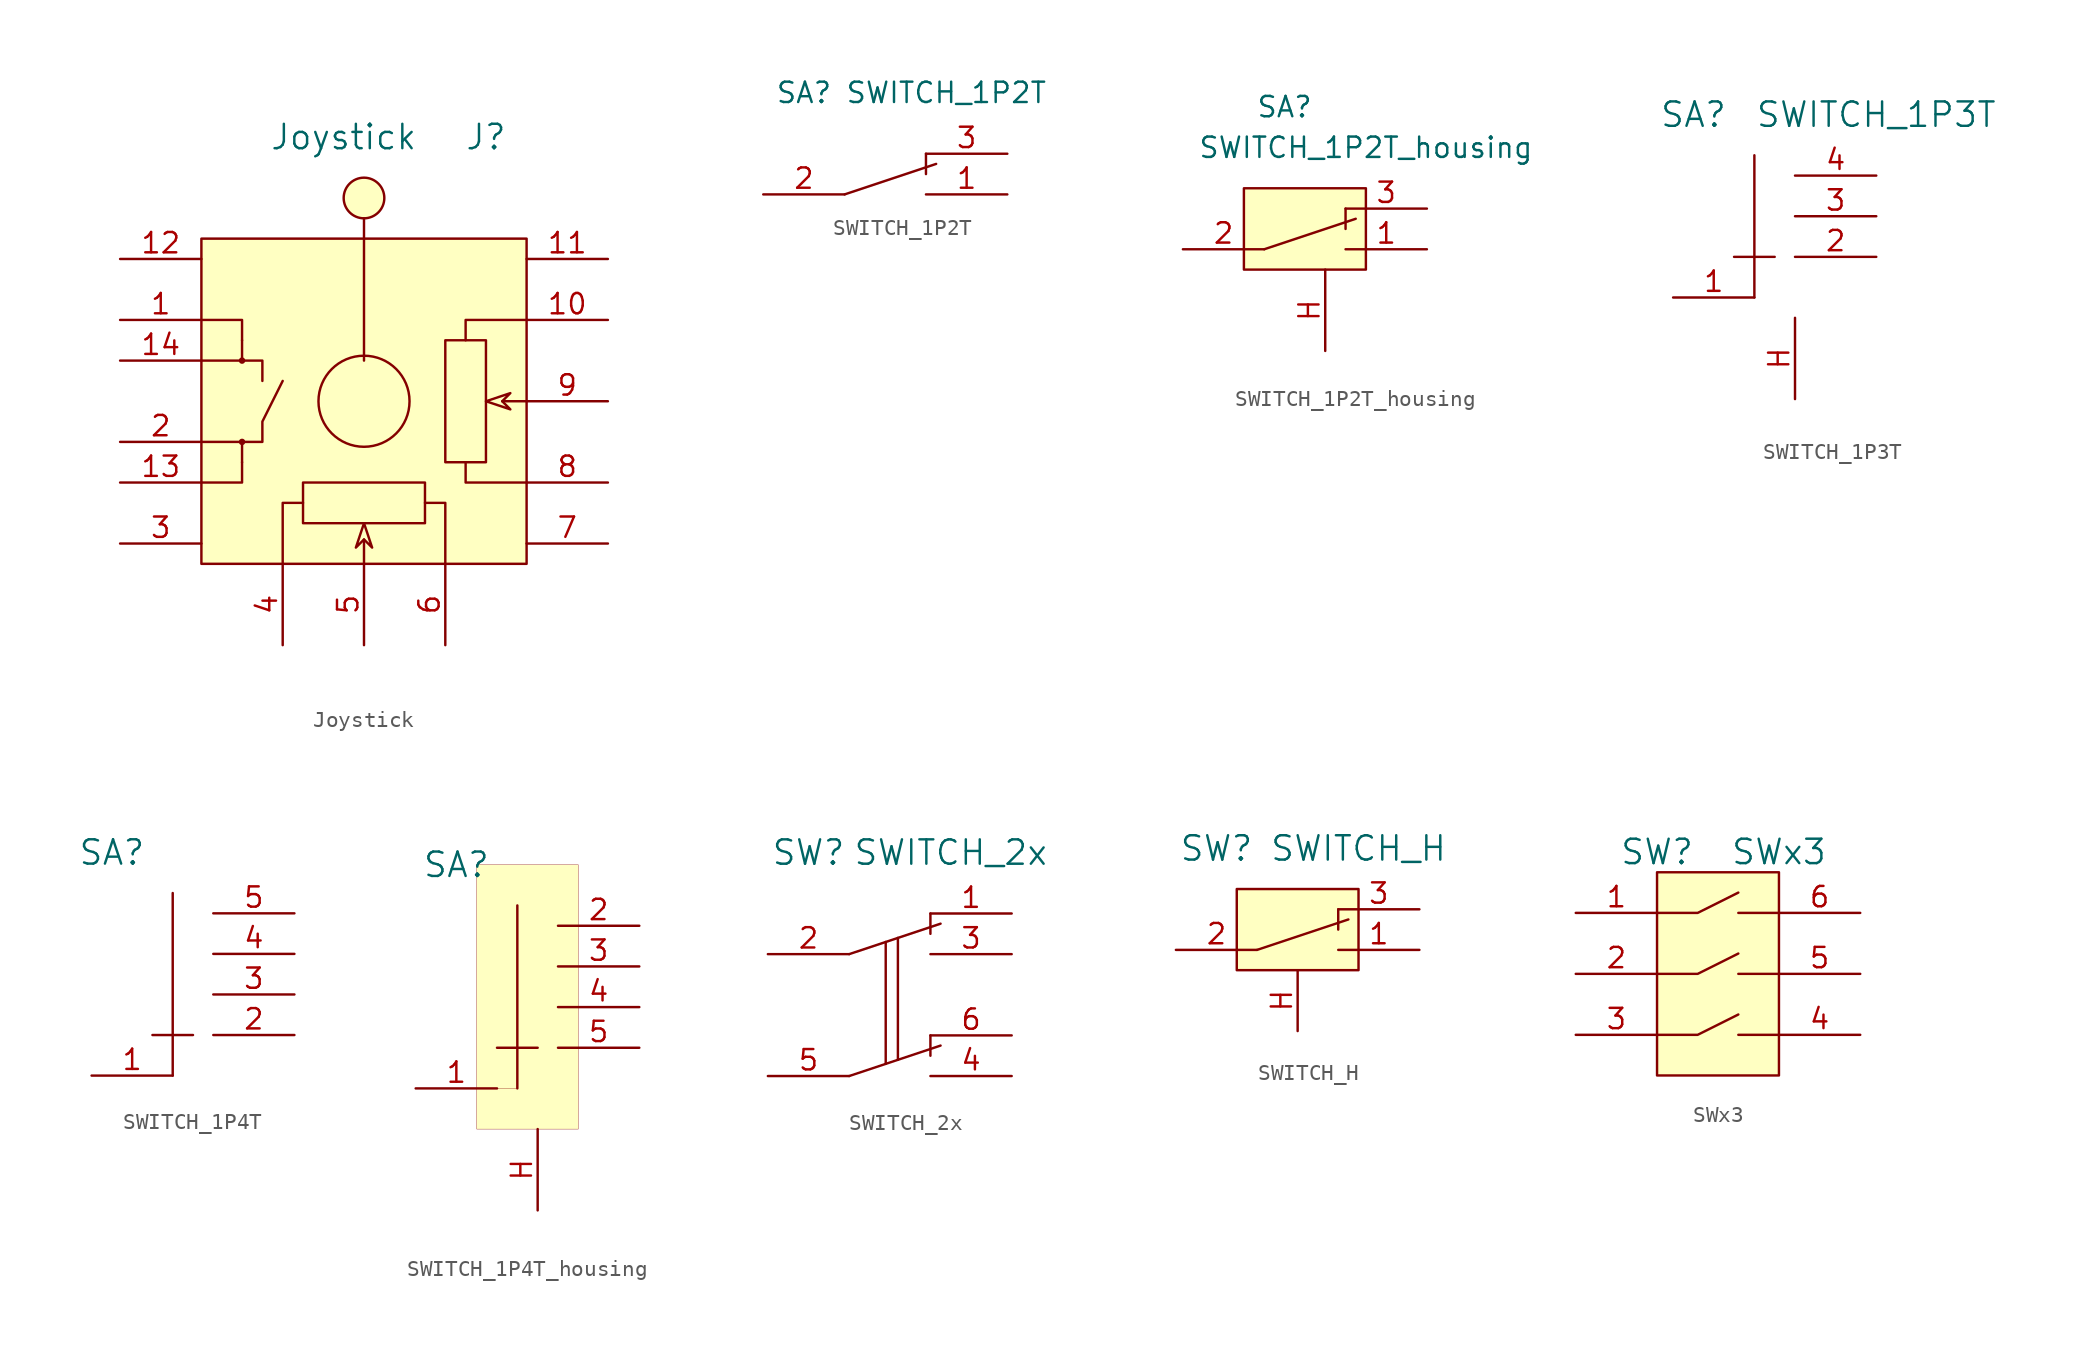
<source format=kicad_sym>
(kicad_symbol_lib
  (version 20200908)
  (generator kicad_symbol_editor)
  (symbol "BtnsSwitches:Joystick"
    (pin_names
      (offset 1.016))
    (property "Reference" "J"
      (at 7.62 16.51 0)
      (effects (font (size 1.524 1.524))))
    (property "Value" "Joystick"
      (at -1.27 16.51 0)
      (effects (font (size 1.524 1.524))))
    (symbol "Joystick_0_1"
      (circle (center -7.62 -2.54) (radius 0.127) (stroke (width 0)) (fill (type none)))
      (circle (center -7.62 2.54) (radius 0.127) (stroke (width 0)) (fill (type none)))
      (circle (center 0 0) (radius 2.845) (stroke (width 0)) (fill (type none)))
      (circle (center 0 12.7) (radius 1.27) (stroke (width 0)) (fill (type background)))
      (rectangle (start 3.81 -5.08) (end -3.81 -7.62) (stroke (width 0)) (fill (type none)))
      (rectangle (start 5.08 3.81) (end 7.62 -3.81) (stroke (width 0)) (fill (type none)))
      (rectangle (start 10.16 10.16) (end -10.16 -10.16) (stroke (width 0)) (fill (type background)))
      (polyline (pts (xy -7.62 -2.54) (xy -10.16 -2.54)) (stroke (width 0)) (fill (type none)))
      (polyline (pts (xy -7.62 2.54) (xy -10.16 2.54)) (stroke (width 0)) (fill (type none)))
      (polyline (pts (xy 0 -8.636) (xy 0 -10.16)) (stroke (width 0)) (fill (type none)))
      (polyline (pts (xy 0 10.16) (xy 0 2.54)) (stroke (width 0)) (fill (type none)))
      (polyline (pts (xy 0 10.16) (xy 0 11.43)) (stroke (width 0)) (fill (type none)))
      (polyline (pts (xy 8.636 0) (xy 10.16 0)) (stroke (width 0)) (fill (type none)))
      (polyline (pts (xy -7.62 -3.81) (xy -7.62 -5.08) (xy -10.16 -5.08)) (stroke (width 0)) (fill (type none)))
      (polyline (pts (xy -7.62 3.81) (xy -7.62 5.08) (xy -10.16 5.08)) (stroke (width 0)) (fill (type none)))
      (polyline (pts (xy -3.81 -6.35) (xy -5.08 -6.35) (xy -5.08 -10.16)) (stroke (width 0)) (fill (type none)))
      (polyline (pts (xy 3.81 -6.35) (xy 5.08 -6.35) (xy 5.08 -10.16)) (stroke (width 0)) (fill (type none)))
      (polyline (pts (xy 6.35 -3.81) (xy 6.35 -5.08) (xy 10.16 -5.08)) (stroke (width 0)) (fill (type none)))
      (polyline (pts (xy 6.35 3.81) (xy 6.35 5.08) (xy 10.16 5.08)) (stroke (width 0)) (fill (type none)))
      (polyline (pts (xy -6.35 1.27) (xy -6.35 2.54) (xy -7.62 2.54) (xy -7.62 3.81)) (stroke (width 0)) (fill (type none)))
      (polyline (pts (xy -7.62 -3.81) (xy -7.62 -2.54) (xy -6.35 -2.54) (xy -6.35 -1.27) (xy -5.08 1.27)) (stroke (width 0)) (fill (type none)))
      (polyline (pts (xy 0 -7.62) (xy 0.508 -9.144) (xy 0 -8.636) (xy -0.508 -9.144) (xy 0 -7.62)) (stroke (width 0)) (fill (type none)))
      (polyline (pts (xy 7.62 0) (xy 9.144 0.508) (xy 8.636 0) (xy 9.144 -0.508) (xy 7.62 0)) (stroke (width 0)) (fill (type none))))
    (symbol "Joystick_1_1"
      (pin passive line (at -15.24 5.08 0) (length 5.08) (name "~" (effects (font (size 1.27 1.27)))) (number "1" (effects (font (size 1.27 1.27)))))
      (pin passive line (at 15.24 5.08 180) (length 5.08) (name "~" (effects (font (size 1.27 1.27)))) (number "10" (effects (font (size 1.27 1.27)))))
      (pin passive line (at 15.24 8.89 180) (length 5.08) (name "~" (effects (font (size 1.27 1.27)))) (number "11" (effects (font (size 1.27 1.27)))))
      (pin passive line (at -15.24 8.89 0) (length 5.08) (name "~" (effects (font (size 1.27 1.27)))) (number "12" (effects (font (size 1.27 1.27)))))
      (pin passive line (at -15.24 -5.08 0) (length 5.08) (name "~" (effects (font (size 1.27 1.27)))) (number "13" (effects (font (size 1.27 1.27)))))
      (pin passive line (at -15.24 2.54 0) (length 5.08) (name "~" (effects (font (size 1.27 1.27)))) (number "14" (effects (font (size 1.27 1.27)))))
      (pin passive line (at -15.24 -2.54 0) (length 5.08) (name "~" (effects (font (size 1.27 1.27)))) (number "2" (effects (font (size 1.27 1.27)))))
      (pin passive line (at -15.24 -8.89 0) (length 5.08) (name "~" (effects (font (size 1.27 1.27)))) (number "3" (effects (font (size 1.27 1.27)))))
      (pin passive line (at -5.08 -15.24 90) (length 5.08) (name "~" (effects (font (size 1.27 1.27)))) (number "4" (effects (font (size 1.27 1.27)))))
      (pin passive line (at 0 -15.24 90) (length 5.08) (name "~" (effects (font (size 1.27 1.27)))) (number "5" (effects (font (size 1.27 1.27)))))
      (pin passive line (at 5.08 -15.24 90) (length 5.08) (name "~" (effects (font (size 1.27 1.27)))) (number "6" (effects (font (size 1.27 1.27)))))
      (pin passive line (at 15.24 -8.89 180) (length 5.08) (name "~" (effects (font (size 1.27 1.27)))) (number "7" (effects (font (size 1.27 1.27)))))
      (pin passive line (at 15.24 -5.08 180) (length 5.08) (name "~" (effects (font (size 1.27 1.27)))) (number "8" (effects (font (size 1.27 1.27)))))
      (pin passive line (at 15.24 0 180) (length 5.08) (name "~" (effects (font (size 1.27 1.27)))) (number "9" (effects (font (size 1.27 1.27)))))))
  (symbol "BtnsSwitches:SWITCH_1P2T"
    (pin_names
      (offset 1.016))
    (property "Reference" "SA"
      (at -6.35 6.35 0)
      (effects (font (size 1.27 1.27))))
    (property "Value" "SWITCH_1P2T"
      (at 2.54 6.35 0)
      (effects (font (size 1.27 1.27))))
    (symbol "SWITCH_1P2T_0_1"
      (polyline (pts (xy -3.81 0) (xy 1.905 1.905)) (stroke (width 0)) (fill (type none)))
      (polyline (pts (xy 1.27 2.54) (xy 1.27 1.27) (xy 1.27 1.27)) (stroke (width 0)) (fill (type none))))
    (symbol "SWITCH_1P2T_1_1"
      (pin passive line (at 6.35 0 180) (length 5.08) (name "~" (effects (font (size 1.27 1.27)))) (number "1" (effects (font (size 1.27 1.27)))))
      (pin passive line (at -8.89 0 0) (length 5.08) (name "~" (effects (font (size 1.27 1.27)))) (number "2" (effects (font (size 1.27 1.27)))))
      (pin passive line (at 6.35 2.54 180) (length 5.08) (name "~" (effects (font (size 1.27 1.27)))) (number "3" (effects (font (size 1.27 1.27)))))))
  (symbol "BtnsSwitches:SWITCH_1P2T_housing"
    (pin_names
      (offset 1.016))
    (property "Reference" "SA"
      (at -2.54 8.89 0)
      (effects (font (size 1.27 1.27))))
    (property "Value" "SWITCH_1P2T_housing"
      (at 2.54 6.35 0)
      (effects (font (size 1.27 1.27))))
    (symbol "SWITCH_1P2T_housing_0_1"
      (rectangle (start -5.08 3.81) (end 2.54 -1.27) (stroke (width 0)) (fill (type background)))
      (polyline (pts (xy -3.81 0) (xy 1.905 1.905)) (stroke (width 0)) (fill (type none)))
      (polyline (pts (xy 1.27 2.54) (xy 1.27 1.27) (xy 1.27 1.27)) (stroke (width 0)) (fill (type none))))
    (symbol "SWITCH_1P2T_housing_1_1"
      (pin passive line (at 6.35 0 180) (length 5.08) (name "~" (effects (font (size 1.27 1.27)))) (number "1" (effects (font (size 1.27 1.27)))))
      (pin passive line (at -8.89 0 0) (length 5.08) (name "~" (effects (font (size 1.27 1.27)))) (number "2" (effects (font (size 1.27 1.27)))))
      (pin passive line (at 6.35 2.54 180) (length 5.08) (name "~" (effects (font (size 1.27 1.27)))) (number "3" (effects (font (size 1.27 1.27)))))
      (pin passive line (at 0 -6.35 90) (length 5.08) (name "~" (effects (font (size 1.27 1.27)))) (number "H" (effects (font (size 1.27 1.27)))))))
  (symbol "BtnsSwitches:SWITCH_1P3T"
    (pin_names
      (offset 1.016))
    (property "Reference" "SA"
      (at -5.08 8.89 0)
      (effects (font (size 1.524 1.524))))
    (property "Value" "SWITCH_1P3T"
      (at 6.35 8.89 0)
      (effects (font (size 1.524 1.524))))
    (symbol "SWITCH_1P3T_0_1"
      (polyline (pts (xy -1.27 -2.54) (xy -1.27 6.35)) (stroke (width 0)) (fill (type none)))
      (polyline (pts (xy 0 0) (xy -2.54 0)) (stroke (width 0)) (fill (type none))))
    (symbol "SWITCH_1P3T_1_1"
      (pin passive line (at -6.35 -2.54 0) (length 5.08) (name "~" (effects (font (size 1.27 1.27)))) (number "1" (effects (font (size 1.27 1.27)))))
      (pin passive line (at 6.35 0 180) (length 5.08) (name "~" (effects (font (size 1.27 1.27)))) (number "2" (effects (font (size 1.27 1.27)))))
      (pin passive line (at 6.35 2.54 180) (length 5.08) (name "~" (effects (font (size 1.27 1.27)))) (number "3" (effects (font (size 1.27 1.27)))))
      (pin passive line (at 6.35 5.08 180) (length 5.08) (name "~" (effects (font (size 1.27 1.27)))) (number "4" (effects (font (size 1.27 1.27)))))
      (pin passive line (at 1.27 -8.89 90) (length 5.08) (name "~" (effects (font (size 1.27 1.27)))) (number "H" (effects (font (size 1.27 1.27)))))))
  (symbol "BtnsSwitches:SWITCH_1P4T"
    (pin_names
      (offset 1.016))
    (property "Reference" "SA"
      (at -5.08 11.43 0)
      (effects (font (size 1.524 1.524))))
    (symbol "SWITCH_1P4T_0_1"
      (polyline (pts (xy -1.27 -2.54) (xy -1.27 8.89)) (stroke (width 0)) (fill (type none)))
      (polyline (pts (xy 0 0) (xy -2.54 0)) (stroke (width 0)) (fill (type none))))
    (symbol "SWITCH_1P4T_1_1"
      (pin passive line (at -6.35 -2.54 0) (length 5.08) (name "~" (effects (font (size 1.27 1.27)))) (number "1" (effects (font (size 1.27 1.27)))))
      (pin passive line (at 6.35 0 180) (length 5.08) (name "~" (effects (font (size 1.27 1.27)))) (number "2" (effects (font (size 1.27 1.27)))))
      (pin passive line (at 6.35 2.54 180) (length 5.08) (name "~" (effects (font (size 1.27 1.27)))) (number "3" (effects (font (size 1.27 1.27)))))
      (pin passive line (at 6.35 5.08 180) (length 5.08) (name "~" (effects (font (size 1.27 1.27)))) (number "4" (effects (font (size 1.27 1.27)))))
      (pin passive line (at 6.35 7.62 180) (length 5.08) (name "~" (effects (font (size 1.27 1.27)))) (number "5" (effects (font (size 1.27 1.27)))))))
  (symbol "BtnsSwitches:SWITCH_1P4T_housing"
    (pin_names
      (offset 1.016))
    (property "Reference" "SA"
      (at -5.08 11.43 0)
      (effects (font (size 1.524 1.524))))
    (symbol "SWITCH_1P4T_housing_0_1"
      (rectangle (start -3.81 11.43) (end 2.54 -5.08) (stroke (width 0.001)) (fill (type background)))
      (polyline (pts (xy -1.27 -2.54) (xy -1.27 8.89)) (stroke (width 0)) (fill (type none)))
      (polyline (pts (xy 0 0) (xy -2.54 0)) (stroke (width 0)) (fill (type none)))
      (polyline (pts (xy -2.54 -2.54) (xy -1.27 -2.54)) (stroke (width 0.001)) (fill (type none))))
    (symbol "SWITCH_1P4T_housing_1_1"
      (pin passive line (at -7.62 -2.54 0) (length 5.08) (name "~" (effects (font (size 1.27 1.27)))) (number "1" (effects (font (size 1.27 1.27)))))
      (pin passive line (at 6.35 7.62 180) (length 5.08) (name "~" (effects (font (size 1.27 1.27)))) (number "2" (effects (font (size 1.27 1.27)))))
      (pin passive line (at 6.35 5.08 180) (length 5.08) (name "~" (effects (font (size 1.27 1.27)))) (number "3" (effects (font (size 1.27 1.27)))))
      (pin passive line (at 6.35 2.54 180) (length 5.08) (name "~" (effects (font (size 1.27 1.27)))) (number "4" (effects (font (size 1.27 1.27)))))
      (pin passive line (at 6.35 0 180) (length 5.08) (name "~" (effects (font (size 1.27 1.27)))) (number "5" (effects (font (size 1.27 1.27)))))
      (pin passive line (at 0 -10.16 90) (length 5.08) (name "~" (effects (font (size 1.27 1.27)))) (number "H" (effects (font (size 1.27 1.27)))))))
  (symbol "BtnsSwitches:SWITCH_2x"
    (pin_names
      (offset 1.016))
    (property "Reference" "SW"
      (at -6.35 8.89 0)
      (effects (font (size 1.524 1.524))))
    (property "Value" "SWITCH_2x"
      (at 2.54 8.89 0)
      (effects (font (size 1.524 1.524))))
    (property "Footprint" ""
      (at 0 0 0)
      (effects (font (size 1.524 1.524))))
    (property "Datasheet" ""
      (at 0 0 0)
      (effects (font (size 1.524 1.524))))
    (symbol "SWITCH_2x_0_1"
      (polyline (pts (xy -3.81 -5.08) (xy 1.905 -3.175)) (stroke (width 0)) (fill (type none)))
      (polyline (pts (xy -3.81 2.54) (xy 1.905 4.445)) (stroke (width 0)) (fill (type none)))
      (polyline (pts (xy -1.524 3.302) (xy -1.524 -4.318)) (stroke (width 0)) (fill (type none)))
      (polyline (pts (xy -0.762 3.556) (xy -0.762 -4.064)) (stroke (width 0)) (fill (type none)))
      (polyline (pts (xy 1.27 -2.54) (xy 1.27 -3.81) (xy 1.27 -3.81)) (stroke (width 0)) (fill (type none)))
      (polyline (pts (xy 1.27 5.08) (xy 1.27 3.81) (xy 1.27 3.81)) (stroke (width 0)) (fill (type none))))
    (symbol "SWITCH_2x_1_1"
      (pin passive line (at 6.35 5.08 180) (length 5.08) (name "~" (effects (font (size 1.27 1.27)))) (number "1" (effects (font (size 1.27 1.27)))))
      (pin passive line (at -8.89 2.54 0) (length 5.08) (name "~" (effects (font (size 1.27 1.27)))) (number "2" (effects (font (size 1.27 1.27)))))
      (pin passive line (at 6.35 2.54 180) (length 5.08) (name "~" (effects (font (size 1.27 1.27)))) (number "3" (effects (font (size 1.27 1.27)))))
      (pin passive line (at 6.35 -5.08 180) (length 5.08) (name "~" (effects (font (size 1.27 1.27)))) (number "4" (effects (font (size 1.27 1.27)))))
      (pin passive line (at -8.89 -5.08 0) (length 5.08) (name "~" (effects (font (size 1.27 1.27)))) (number "5" (effects (font (size 1.27 1.27)))))
      (pin passive line (at 6.35 -2.54 180) (length 5.08) (name "~" (effects (font (size 1.27 1.27)))) (number "6" (effects (font (size 1.27 1.27)))))))
  (symbol "BtnsSwitches:SWITCH_H"
    (pin_names
      (offset 1.016))
    (property "Reference" "SW"
      (at -6.35 6.35 0)
      (effects (font (size 1.524 1.524))))
    (property "Value" "SWITCH_H"
      (at 2.54 6.35 0)
      (effects (font (size 1.524 1.524))))
    (property "Footprint" ""
      (at 0 0 0)
      (effects (font (size 1.524 1.524))))
    (property "Datasheet" ""
      (at 0 0 0)
      (effects (font (size 1.524 1.524))))
    (symbol "SWITCH_H_0_1"
      (rectangle (start 2.54 3.81) (end -5.08 -1.27) (stroke (width 0)) (fill (type background)))
      (polyline (pts (xy -3.81 0) (xy 1.905 1.905)) (stroke (width 0)) (fill (type none)))
      (polyline (pts (xy 1.27 2.54) (xy 1.27 1.27) (xy 1.27 1.27)) (stroke (width 0)) (fill (type none))))
    (symbol "SWITCH_H_1_1"
      (pin passive line (at 6.35 0 180) (length 5.08) (name "~" (effects (font (size 1.27 1.27)))) (number "1" (effects (font (size 1.27 1.27)))))
      (pin passive line (at -8.89 0 0) (length 5.08) (name "~" (effects (font (size 1.27 1.27)))) (number "2" (effects (font (size 1.27 1.27)))))
      (pin passive line (at 6.35 2.54 180) (length 5.08) (name "~" (effects (font (size 1.27 1.27)))) (number "3" (effects (font (size 1.27 1.27)))))
      (pin power_in line (at -1.27 -5.08 90) (length 3.81) (name "~" (effects (font (size 1.27 1.27)))) (number "H" (effects (font (size 1.27 1.27)))))))
  (symbol "BtnsSwitches:SWx3"
    (pin_names
      (offset 1.016))
    (property "Reference" "SW"
      (at -3.81 7.62 0)
      (effects (font (size 1.524 1.524))))
    (property "Value" "SWx3"
      (at 3.81 7.62 0)
      (effects (font (size 1.524 1.524))))
    (property "Footprint" ""
      (at 0 0 0)
      (effects (font (size 1.524 1.524))))
    (property "Datasheet" ""
      (at 0 0 0)
      (effects (font (size 1.524 1.524))))
    (symbol "SWx3_0_1"
      (rectangle (start -3.81 6.35) (end 3.81 -6.35) (stroke (width 0)) (fill (type background)))
      (polyline (pts (xy 1.27 -3.81) (xy 3.81 -3.81)) (stroke (width 0)) (fill (type none)))
      (polyline (pts (xy 1.27 0) (xy 3.81 0)) (stroke (width 0)) (fill (type none)))
      (polyline (pts (xy 1.27 3.81) (xy 3.81 3.81)) (stroke (width 0)) (fill (type none)))
      (polyline (pts (xy -3.81 -3.81) (xy -1.27 -3.81) (xy 1.27 -2.54)) (stroke (width 0)) (fill (type none)))
      (polyline (pts (xy -3.81 0) (xy -1.27 0) (xy 1.27 1.27)) (stroke (width 0)) (fill (type none)))
      (polyline (pts (xy -3.81 3.81) (xy -1.27 3.81) (xy 1.27 5.08)) (stroke (width 0)) (fill (type none))))
    (symbol "SWx3_1_1"
      (pin passive line (at -8.89 3.81 0) (length 5.08) (name "~" (effects (font (size 1.27 1.27)))) (number "1" (effects (font (size 1.27 1.27)))))
      (pin passive line (at -8.89 0 0) (length 5.08) (name "~" (effects (font (size 1.27 1.27)))) (number "2" (effects (font (size 1.27 1.27)))))
      (pin passive line (at -8.89 -3.81 0) (length 5.08) (name "~" (effects (font (size 1.27 1.27)))) (number "3" (effects (font (size 1.27 1.27)))))
      (pin passive line (at 8.89 -3.81 180) (length 5.08) (name "~" (effects (font (size 1.27 1.27)))) (number "4" (effects (font (size 1.27 1.27)))))
      (pin passive line (at 8.89 0 180) (length 5.08) (name "~" (effects (font (size 1.27 1.27)))) (number "5" (effects (font (size 1.27 1.27)))))
      (pin passive line (at 8.89 3.81 180) (length 5.08) (name "~" (effects (font (size 1.27 1.27)))) (number "6" (effects (font (size 1.27 1.27))))))))
</source>
